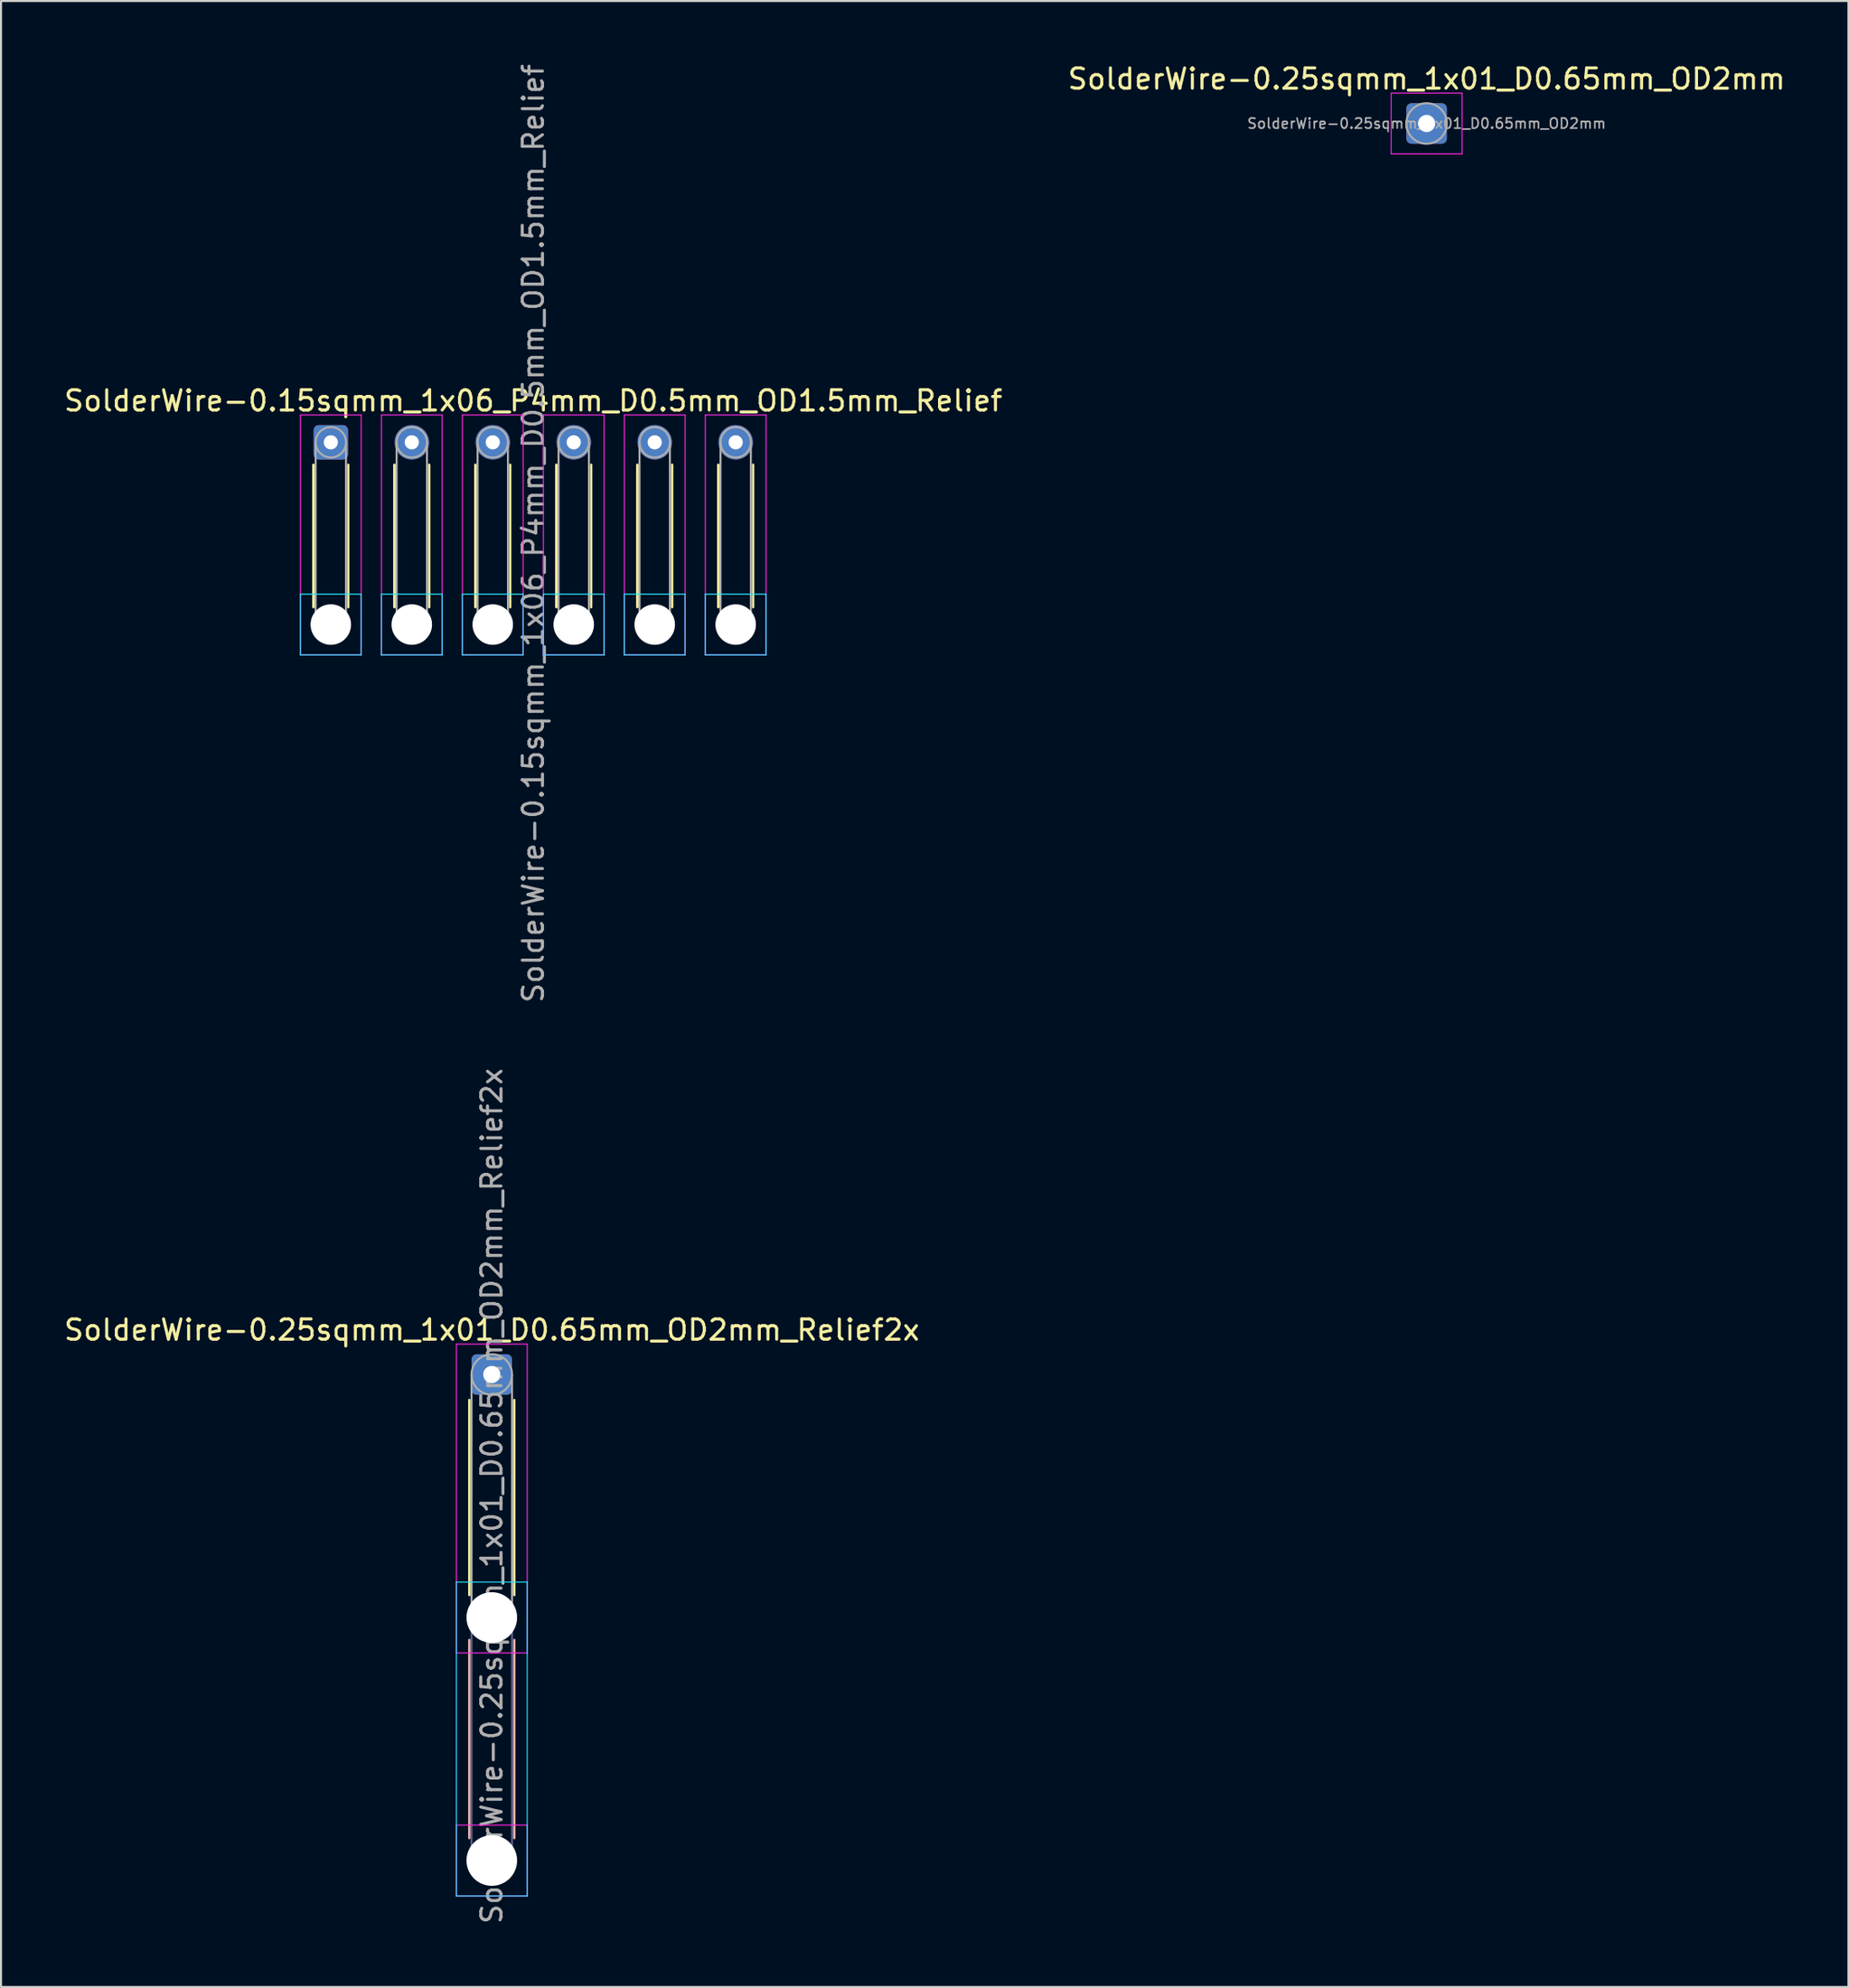
<source format=kicad_pcb>
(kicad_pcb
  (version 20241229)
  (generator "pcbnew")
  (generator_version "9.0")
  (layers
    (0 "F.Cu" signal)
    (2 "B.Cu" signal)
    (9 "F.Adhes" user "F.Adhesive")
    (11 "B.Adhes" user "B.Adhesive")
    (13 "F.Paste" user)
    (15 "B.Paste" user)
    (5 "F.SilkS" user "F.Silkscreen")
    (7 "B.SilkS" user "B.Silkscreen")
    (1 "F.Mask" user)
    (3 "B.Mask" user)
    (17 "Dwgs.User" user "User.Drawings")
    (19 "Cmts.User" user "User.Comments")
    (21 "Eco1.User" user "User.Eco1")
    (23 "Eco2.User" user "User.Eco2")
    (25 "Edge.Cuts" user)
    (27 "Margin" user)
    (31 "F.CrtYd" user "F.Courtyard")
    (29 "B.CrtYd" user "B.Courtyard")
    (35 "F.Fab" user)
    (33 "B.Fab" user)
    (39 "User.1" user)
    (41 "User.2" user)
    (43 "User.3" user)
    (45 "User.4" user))
  (footprint "SolderWire-0.25sqmm_1x01_D0.65mm_OD2mm"
    (layer "F.Cu")
    (at 67.423 3.048)
    (property "Reference" "SolderWire-0.25sqmm_1x01_D0.65mm_OD2mm" (at 0 -2.2 0) (layer "F.SilkS") (effects (font (size 1 1) (thickness 0.15))))
    (attr exclude_from_pos_files exclude_from_bom)
    (fp_line (start -1.75 -1.5) (end -1.75 1.5) (stroke (width 0.05) (type solid)) (layer "F.CrtYd"))
    (fp_line (start -1.75 1.5) (end 1.75 1.5) (stroke (width 0.05) (type solid)) (layer "F.CrtYd"))
    (fp_line (start 1.75 -1.5) (end -1.75 -1.5) (stroke (width 0.05) (type solid)) (layer "F.CrtYd"))
    (fp_line (start 1.75 1.5) (end 1.75 -1.5) (stroke (width 0.05) (type solid)) (layer "F.CrtYd"))
    (fp_circle (center 0 0) (end 1 0) (stroke (width 0.1) (type solid)) (fill no) (layer "F.Fab"))
    (fp_text user "${REFERENCE}" (at 0 0 0) (layer "F.Fab") (effects (font (size 0.5 0.5) (thickness 0.08))))
    (pad "1" thru_hole roundrect (at 0 0) (size 2 2) (drill 0.85) (layers "*.Cu" "*.Mask") (roundrect_rratio 0.125)))
  (footprint "SolderWire-0.25sqmm_1x01_D0.65mm_OD2mm_Relief2x"
    (layer "F.Cu")
    (at 21.244 64.827)
    (property "Reference" "SolderWire-0.25sqmm_1x01_D0.65mm_OD2mm_Relief2x" (at 0 -2.2 0) (layer "F.SilkS") (effects (font (size 1 1) (thickness 0.15))))
    (attr exclude_from_pos_files exclude_from_bom)
    (fp_line (start -1.11 1.26) (end -1.11 10.89) (stroke (width 0.12) (type solid)) (layer "F.SilkS"))
    (fp_line (start 1.11 1.26) (end 1.11 10.89) (stroke (width 0.12) (type solid)) (layer "F.SilkS"))
    (fp_line (start -1.11 13.11) (end -1.11 22.89) (stroke (width 0.12) (type solid)) (layer "B.SilkS"))
    (fp_line (start 1.11 13.11) (end 1.11 22.89) (stroke (width 0.12) (type solid)) (layer "B.SilkS"))
    (fp_line (start -1.75 10.25) (end -1.75 25.75) (stroke (width 0.05) (type solid)) (layer "B.CrtYd"))
    (fp_line (start -1.75 25.75) (end 1.75 25.75) (stroke (width 0.05) (type solid)) (layer "B.CrtYd"))
    (fp_line (start 1.75 10.25) (end -1.75 10.25) (stroke (width 0.05) (type solid)) (layer "B.CrtYd"))
    (fp_line (start 1.75 25.75) (end 1.75 10.25) (stroke (width 0.05) (type solid)) (layer "B.CrtYd"))
    (fp_line (start -1.75 -1.5) (end -1.75 13.75) (stroke (width 0.05) (type solid)) (layer "F.CrtYd"))
    (fp_line (start -1.75 13.75) (end 1.75 13.75) (stroke (width 0.05) (type solid)) (layer "F.CrtYd"))
    (fp_line (start -1.75 22.25) (end -1.75 25.75) (stroke (width 0.05) (type solid)) (layer "F.CrtYd"))
    (fp_line (start -1.75 25.75) (end 1.75 25.75) (stroke (width 0.05) (type solid)) (layer "F.CrtYd"))
    (fp_line (start 1.75 -1.5) (end -1.75 -1.5) (stroke (width 0.05) (type solid)) (layer "F.CrtYd"))
    (fp_line (start 1.75 13.75) (end 1.75 -1.5) (stroke (width 0.05) (type solid)) (layer "F.CrtYd"))
    (fp_line (start 1.75 22.25) (end -1.75 22.25) (stroke (width 0.05) (type solid)) (layer "F.CrtYd"))
    (fp_line (start 1.75 25.75) (end 1.75 22.25) (stroke (width 0.05) (type solid)) (layer "F.CrtYd"))
    (fp_line (start -1 12) (end -1 24) (stroke (width 0.1) (type solid)) (layer "B.Fab"))
    (fp_line (start 1 12) (end 1 24) (stroke (width 0.1) (type solid)) (layer "B.Fab"))
    (fp_circle (center 0 12) (end 1 12) (stroke (width 0.1) (type solid)) (fill no) (layer "B.Fab"))
    (fp_circle (center 0 24) (end 1 24) (stroke (width 0.1) (type solid)) (fill no) (layer "B.Fab"))
    (fp_line (start -1 0) (end -1 12) (stroke (width 0.1) (type solid)) (layer "F.Fab"))
    (fp_line (start 1 0) (end 1 12) (stroke (width 0.1) (type solid)) (layer "F.Fab"))
    (fp_circle (center 0 0) (end 1 0) (stroke (width 0.1) (type solid)) (fill no) (layer "F.Fab"))
    (fp_circle (center 0 12) (end 1 12) (stroke (width 0.1) (type solid)) (fill no) (layer "F.Fab"))
    (fp_circle (center 0 24) (end 1 24) (stroke (width 0.1) (type solid)) (fill no) (layer "F.Fab"))
    (fp_text user "${REFERENCE}" (at 0 6 90) (layer "F.Fab") (effects (font (size 1 1) (thickness 0.15))))
    (pad "" np_thru_hole circle (at 0 12) (size 2.5 2.5) (drill 2.5) (layers "*.Cu" "*.Mask"))
    (pad "" np_thru_hole circle (at 0 24) (size 2.5 2.5) (drill 2.5) (layers "*.Cu" "*.Mask"))
    (pad "1" thru_hole roundrect (at 0 0) (size 2 2) (drill 0.85) (layers "*.Cu" "*.Mask") (roundrect_rratio 0.125)))
  (footprint "SolderWire-0.15sqmm_1x06_P4mm_D0.5mm_OD1.5mm_Relief"
    (layer "F.Cu")
    (at 13.292 18.792)
    (property "Reference" "SolderWire-0.15sqmm_1x06_P4mm_D0.5mm_OD1.5mm_Relief" (at 10 -2.05 0) (layer "F.SilkS") (effects (font (size 1 1) (thickness 0.15))))
    (attr exclude_from_pos_files exclude_from_bom)
    (fp_line (start -0.86 1.11) (end -0.86 8.14) (stroke (width 0.12) (type solid)) (layer "F.SilkS"))
    (fp_line (start 0.86 1.11) (end 0.86 8.14) (stroke (width 0.12) (type solid)) (layer "F.SilkS"))
    (fp_line (start 3.14 1.11) (end 3.14 8.14) (stroke (width 0.12) (type solid)) (layer "F.SilkS"))
    (fp_line (start 4.86 1.11) (end 4.86 8.14) (stroke (width 0.12) (type solid)) (layer "F.SilkS"))
    (fp_line (start 7.14 1.11) (end 7.14 8.14) (stroke (width 0.12) (type solid)) (layer "F.SilkS"))
    (fp_line (start 8.86 1.11) (end 8.86 8.14) (stroke (width 0.12) (type solid)) (layer "F.SilkS"))
    (fp_line (start 11.14 1.11) (end 11.14 8.14) (stroke (width 0.12) (type solid)) (layer "F.SilkS"))
    (fp_line (start 12.86 1.11) (end 12.86 8.14) (stroke (width 0.12) (type solid)) (layer "F.SilkS"))
    (fp_line (start 15.14 1.11) (end 15.14 8.14) (stroke (width 0.12) (type solid)) (layer "F.SilkS"))
    (fp_line (start 16.86 1.11) (end 16.86 8.14) (stroke (width 0.12) (type solid)) (layer "F.SilkS"))
    (fp_line (start 19.14 1.11) (end 19.14 8.14) (stroke (width 0.12) (type solid)) (layer "F.SilkS"))
    (fp_line (start 20.86 1.11) (end 20.86 8.14) (stroke (width 0.12) (type solid)) (layer "F.SilkS"))
    (fp_line (start -1.5 7.5) (end -1.5 10.5) (stroke (width 0.05) (type solid)) (layer "B.CrtYd"))
    (fp_line (start -1.5 10.5) (end 1.5 10.5) (stroke (width 0.05) (type solid)) (layer "B.CrtYd"))
    (fp_line (start 1.5 7.5) (end -1.5 7.5) (stroke (width 0.05) (type solid)) (layer "B.CrtYd"))
    (fp_line (start 1.5 10.5) (end 1.5 7.5) (stroke (width 0.05) (type solid)) (layer "B.CrtYd"))
    (fp_line (start 2.5 7.5) (end 2.5 10.5) (stroke (width 0.05) (type solid)) (layer "B.CrtYd"))
    (fp_line (start 2.5 10.5) (end 5.5 10.5) (stroke (width 0.05) (type solid)) (layer "B.CrtYd"))
    (fp_line (start 5.5 7.5) (end 2.5 7.5) (stroke (width 0.05) (type solid)) (layer "B.CrtYd"))
    (fp_line (start 5.5 10.5) (end 5.5 7.5) (stroke (width 0.05) (type solid)) (layer "B.CrtYd"))
    (fp_line (start 6.5 7.5) (end 6.5 10.5) (stroke (width 0.05) (type solid)) (layer "B.CrtYd"))
    (fp_line (start 6.5 10.5) (end 9.5 10.5) (stroke (width 0.05) (type solid)) (layer "B.CrtYd"))
    (fp_line (start 9.5 7.5) (end 6.5 7.5) (stroke (width 0.05) (type solid)) (layer "B.CrtYd"))
    (fp_line (start 9.5 10.5) (end 9.5 7.5) (stroke (width 0.05) (type solid)) (layer "B.CrtYd"))
    (fp_line (start 10.5 7.5) (end 10.5 10.5) (stroke (width 0.05) (type solid)) (layer "B.CrtYd"))
    (fp_line (start 10.5 10.5) (end 13.5 10.5) (stroke (width 0.05) (type solid)) (layer "B.CrtYd"))
    (fp_line (start 13.5 7.5) (end 10.5 7.5) (stroke (width 0.05) (type solid)) (layer "B.CrtYd"))
    (fp_line (start 13.5 10.5) (end 13.5 7.5) (stroke (width 0.05) (type solid)) (layer "B.CrtYd"))
    (fp_line (start 14.5 7.5) (end 14.5 10.5) (stroke (width 0.05) (type solid)) (layer "B.CrtYd"))
    (fp_line (start 14.5 10.5) (end 17.5 10.5) (stroke (width 0.05) (type solid)) (layer "B.CrtYd"))
    (fp_line (start 17.5 7.5) (end 14.5 7.5) (stroke (width 0.05) (type solid)) (layer "B.CrtYd"))
    (fp_line (start 17.5 10.5) (end 17.5 7.5) (stroke (width 0.05) (type solid)) (layer "B.CrtYd"))
    (fp_line (start 18.5 7.5) (end 18.5 10.5) (stroke (width 0.05) (type solid)) (layer "B.CrtYd"))
    (fp_line (start 18.5 10.5) (end 21.5 10.5) (stroke (width 0.05) (type solid)) (layer "B.CrtYd"))
    (fp_line (start 21.5 7.5) (end 18.5 7.5) (stroke (width 0.05) (type solid)) (layer "B.CrtYd"))
    (fp_line (start 21.5 10.5) (end 21.5 7.5) (stroke (width 0.05) (type solid)) (layer "B.CrtYd"))
    (fp_line (start -1.5 -1.35) (end -1.5 10.5) (stroke (width 0.05) (type solid)) (layer "F.CrtYd"))
    (fp_line (start -1.5 10.5) (end 1.5 10.5) (stroke (width 0.05) (type solid)) (layer "F.CrtYd"))
    (fp_line (start 1.5 -1.35) (end -1.5 -1.35) (stroke (width 0.05) (type solid)) (layer "F.CrtYd"))
    (fp_line (start 1.5 10.5) (end 1.5 -1.35) (stroke (width 0.05) (type solid)) (layer "F.CrtYd"))
    (fp_line (start 2.5 -1.35) (end 2.5 10.5) (stroke (width 0.05) (type solid)) (layer "F.CrtYd"))
    (fp_line (start 2.5 10.5) (end 5.5 10.5) (stroke (width 0.05) (type solid)) (layer "F.CrtYd"))
    (fp_line (start 5.5 -1.35) (end 2.5 -1.35) (stroke (width 0.05) (type solid)) (layer "F.CrtYd"))
    (fp_line (start 5.5 10.5) (end 5.5 -1.35) (stroke (width 0.05) (type solid)) (layer "F.CrtYd"))
    (fp_line (start 6.5 -1.35) (end 6.5 10.5) (stroke (width 0.05) (type solid)) (layer "F.CrtYd"))
    (fp_line (start 6.5 10.5) (end 9.5 10.5) (stroke (width 0.05) (type solid)) (layer "F.CrtYd"))
    (fp_line (start 9.5 -1.35) (end 6.5 -1.35) (stroke (width 0.05) (type solid)) (layer "F.CrtYd"))
    (fp_line (start 9.5 10.5) (end 9.5 -1.35) (stroke (width 0.05) (type solid)) (layer "F.CrtYd"))
    (fp_line (start 10.5 -1.35) (end 10.5 10.5) (stroke (width 0.05) (type solid)) (layer "F.CrtYd"))
    (fp_line (start 10.5 10.5) (end 13.5 10.5) (stroke (width 0.05) (type solid)) (layer "F.CrtYd"))
    (fp_line (start 13.5 -1.35) (end 10.5 -1.35) (stroke (width 0.05) (type solid)) (layer "F.CrtYd"))
    (fp_line (start 13.5 10.5) (end 13.5 -1.35) (stroke (width 0.05) (type solid)) (layer "F.CrtYd"))
    (fp_line (start 14.5 -1.35) (end 14.5 10.5) (stroke (width 0.05) (type solid)) (layer "F.CrtYd"))
    (fp_line (start 14.5 10.5) (end 17.5 10.5) (stroke (width 0.05) (type solid)) (layer "F.CrtYd"))
    (fp_line (start 17.5 -1.35) (end 14.5 -1.35) (stroke (width 0.05) (type solid)) (layer "F.CrtYd"))
    (fp_line (start 17.5 10.5) (end 17.5 -1.35) (stroke (width 0.05) (type solid)) (layer "F.CrtYd"))
    (fp_line (start 18.5 -1.35) (end 18.5 10.5) (stroke (width 0.05) (type solid)) (layer "F.CrtYd"))
    (fp_line (start 18.5 10.5) (end 21.5 10.5) (stroke (width 0.05) (type solid)) (layer "F.CrtYd"))
    (fp_line (start 21.5 -1.35) (end 18.5 -1.35) (stroke (width 0.05) (type solid)) (layer "F.CrtYd"))
    (fp_line (start 21.5 10.5) (end 21.5 -1.35) (stroke (width 0.05) (type solid)) (layer "F.CrtYd"))
    (fp_line (start -0.75 0) (end -0.75 9) (stroke (width 0.1) (type solid)) (layer "F.Fab"))
    (fp_line (start 0.75 0) (end 0.75 9) (stroke (width 0.1) (type solid)) (layer "F.Fab"))
    (fp_line (start 3.25 0) (end 3.25 9) (stroke (width 0.1) (type solid)) (layer "F.Fab"))
    (fp_line (start 4.75 0) (end 4.75 9) (stroke (width 0.1) (type solid)) (layer "F.Fab"))
    (fp_line (start 7.25 0) (end 7.25 9) (stroke (width 0.1) (type solid)) (layer "F.Fab"))
    (fp_line (start 8.75 0) (end 8.75 9) (stroke (width 0.1) (type solid)) (layer "F.Fab"))
    (fp_line (start 11.25 0) (end 11.25 9) (stroke (width 0.1) (type solid)) (layer "F.Fab"))
    (fp_line (start 12.75 0) (end 12.75 9) (stroke (width 0.1) (type solid)) (layer "F.Fab"))
    (fp_line (start 15.25 0) (end 15.25 9) (stroke (width 0.1) (type solid)) (layer "F.Fab"))
    (fp_line (start 16.75 0) (end 16.75 9) (stroke (width 0.1) (type solid)) (layer "F.Fab"))
    (fp_line (start 19.25 0) (end 19.25 9) (stroke (width 0.1) (type solid)) (layer "F.Fab"))
    (fp_line (start 20.75 0) (end 20.75 9) (stroke (width 0.1) (type solid)) (layer "F.Fab"))
    (fp_circle (center 0 0) (end 0.75 0) (stroke (width 0.1) (type solid)) (fill no) (layer "F.Fab"))
    (fp_circle (center 0 9) (end 0.75 9) (stroke (width 0.1) (type solid)) (fill no) (layer "F.Fab"))
    (fp_circle (center 4 0) (end 4.75 0) (stroke (width 0.1) (type solid)) (fill no) (layer "F.Fab"))
    (fp_circle (center 4 9) (end 4.75 9) (stroke (width 0.1) (type solid)) (fill no) (layer "F.Fab"))
    (fp_circle (center 8 0) (end 8.75 0) (stroke (width 0.1) (type solid)) (fill no) (layer "F.Fab"))
    (fp_circle (center 8 9) (end 8.75 9) (stroke (width 0.1) (type solid)) (fill no) (layer "F.Fab"))
    (fp_circle (center 12 0) (end 12.75 0) (stroke (width 0.1) (type solid)) (fill no) (layer "F.Fab"))
    (fp_circle (center 12 9) (end 12.75 9) (stroke (width 0.1) (type solid)) (fill no) (layer "F.Fab"))
    (fp_circle (center 16 0) (end 16.75 0) (stroke (width 0.1) (type solid)) (fill no) (layer "F.Fab"))
    (fp_circle (center 16 9) (end 16.75 9) (stroke (width 0.1) (type solid)) (fill no) (layer "F.Fab"))
    (fp_circle (center 20 0) (end 20.75 0) (stroke (width 0.1) (type solid)) (fill no) (layer "F.Fab"))
    (fp_circle (center 20 9) (end 20.75 9) (stroke (width 0.1) (type solid)) (fill no) (layer "F.Fab"))
    (fp_text user "${REFERENCE}" (at 10 4.5 90) (layer "F.Fab") (effects (font (size 1 1) (thickness 0.15))))
    (pad "" np_thru_hole circle (at 0 9) (size 2 2) (drill 2) (layers "*.Cu" "*.Mask"))
    (pad "" np_thru_hole circle (at 4 9) (size 2 2) (drill 2) (layers "*.Cu" "*.Mask"))
    (pad "" np_thru_hole circle (at 8 9) (size 2 2) (drill 2) (layers "*.Cu" "*.Mask"))
    (pad "" np_thru_hole circle (at 12 9) (size 2 2) (drill 2) (layers "*.Cu" "*.Mask"))
    (pad "" np_thru_hole circle (at 16 9) (size 2 2) (drill 2) (layers "*.Cu" "*.Mask"))
    (pad "" np_thru_hole circle (at 20 9) (size 2 2) (drill 2) (layers "*.Cu" "*.Mask"))
    (pad "1" thru_hole roundrect (at 0 0) (size 1.7 1.7) (drill 0.7) (layers "*.Cu" "*.Mask") (roundrect_rratio 0.147))
    (pad "2" thru_hole circle (at 4 0) (size 1.7 1.7) (drill 0.7) (layers "*.Cu" "*.Mask"))
    (pad "3" thru_hole circle (at 8 0) (size 1.7 1.7) (drill 0.7) (layers "*.Cu" "*.Mask"))
    (pad "4" thru_hole circle (at 12 0) (size 1.7 1.7) (drill 0.7) (layers "*.Cu" "*.Mask"))
    (pad "5" thru_hole circle (at 16 0) (size 1.7 1.7) (drill 0.7) (layers "*.Cu" "*.Mask"))
    (pad "6" thru_hole circle (at 20 0) (size 1.7 1.7) (drill 0.7) (layers "*.Cu" "*.Mask")))
  (gr_rect
    (start -3 -3)
    (end 88.262 95.071)
    (stroke (width 0.1) (type default))
    (fill no)
    (layer "Edge.Cuts")))
</source>
